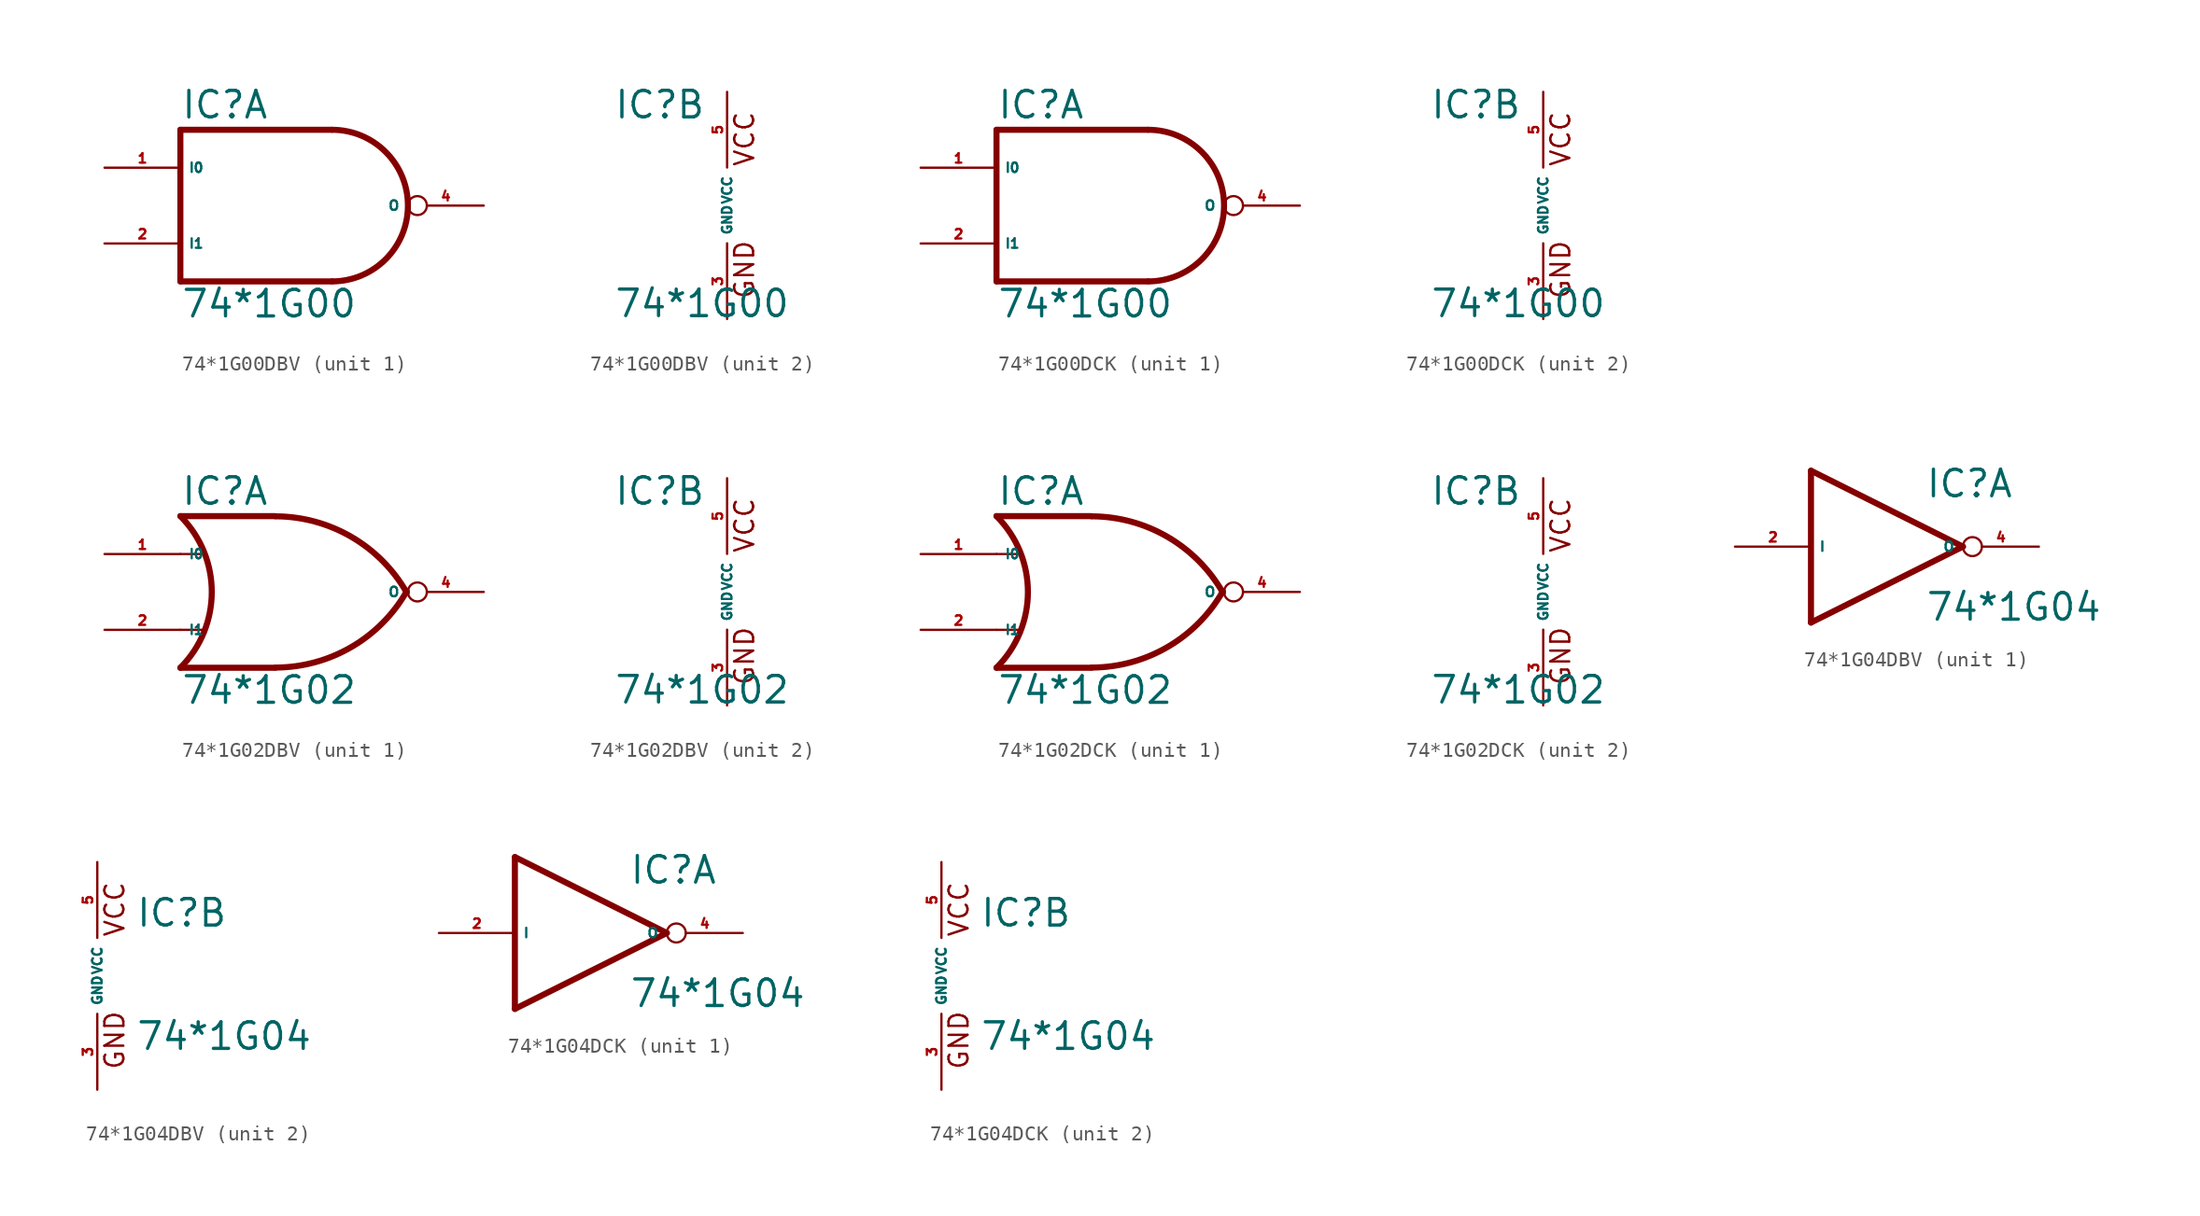
<source format=kicad_sym>
(kicad_symbol_lib
  (version 20220914)
  (generator Eagle2Kicad)
  (symbol "74*1G00DBV"
    (property "Reference" "IC"
      (at -7.62 5.715 0)
      (effects (font (size 1.778 1.778) (thickness 0.22)) (justify left bottom)))
    (property "Value" "74*1G00"
      (at -7.62 -7.62 0)
      (effects (font (size 1.778 1.778) (thickness 0.22)) (justify left bottom)))
    (symbol "74*1G00DBV_1_0"
      (polyline (pts (xy -7.62 5.08) (xy -7.62 -5.08)) (stroke (width 0.406) (type default)) (fill (type none)))
      (polyline (pts (xy -7.62 -5.08) (xy 2.54 -5.08)) (stroke (width 0.406) (type default)) (fill (type none)))
      (polyline (pts (xy 2.54 5.08) (xy -7.62 5.08)) (stroke (width 0.406) (type default)) (fill (type none)))
      (arc (start 2.54 -5.08) (mid 7.620 0.000) (end 2.54 5.08) (stroke (width 0.4064) (type default)) (fill (type none)))
      (pin input line (at -12.7 2.54 0) (length 5.08) (name "I0" (effects (font (size 0.635 0.635) (thickness 0.08)) (justify left bottom))) (number "1" (effects (font (size 0.635 0.635) (thickness 0.08)) (justify left bottom))))
      (pin input line (at -12.7 -2.54 0) (length 5.08) (name "I1" (effects (font (size 0.635 0.635) (thickness 0.08)) (justify left bottom))) (number "2" (effects (font (size 0.635 0.635) (thickness 0.08)) (justify left bottom))))
      (pin output inverted (at 12.7 0 180) (length 5.08) (name "O" (effects (font (size 0.635 0.635) (thickness 0.08)) (justify left bottom))) (number "4" (effects (font (size 0.635 0.635) (thickness 0.08)) (justify left bottom)))))
    (symbol "74*1G00DBV_2_0"
      (text "GND" (at 1.905 -6.35 900) (effects (font (size 1.27 1.27) (thickness 0.16)) (justify left bottom)))
      (text "VCC" (at 1.905 2.54 900) (effects (font (size 1.27 1.27) (thickness 0.16)) (justify left bottom)))
      (pin unspecified line (at 0 -7.62 90) (length 5.08) (name "GND" (effects (font (size 0.635 0.635) (thickness 0.08)) (justify left bottom))) (number "3" (effects (font (size 0.635 0.635) (thickness 0.08)) (justify left bottom))))
      (pin unspecified line (at 0 7.62 270) (length 5.08) (name "VCC" (effects (font (size 0.635 0.635) (thickness 0.08)) (justify left bottom))) (number "5" (effects (font (size 0.635 0.635) (thickness 0.08)) (justify left bottom))))))
  (symbol "74*1G00DCK"
    (property "Reference" "IC"
      (at -7.62 5.715 0)
      (effects (font (size 1.778 1.778) (thickness 0.22)) (justify left bottom)))
    (property "Value" "74*1G00"
      (at -7.62 -7.62 0)
      (effects (font (size 1.778 1.778) (thickness 0.22)) (justify left bottom)))
    (symbol "74*1G00DCK_1_0"
      (polyline (pts (xy -7.62 5.08) (xy -7.62 -5.08)) (stroke (width 0.406) (type default)) (fill (type none)))
      (polyline (pts (xy -7.62 -5.08) (xy 2.54 -5.08)) (stroke (width 0.406) (type default)) (fill (type none)))
      (polyline (pts (xy 2.54 5.08) (xy -7.62 5.08)) (stroke (width 0.406) (type default)) (fill (type none)))
      (arc (start 2.54 -5.08) (mid 7.620 0.000) (end 2.54 5.08) (stroke (width 0.4064) (type default)) (fill (type none)))
      (pin input line (at -12.7 2.54 0) (length 5.08) (name "I0" (effects (font (size 0.635 0.635) (thickness 0.08)) (justify left bottom))) (number "1" (effects (font (size 0.635 0.635) (thickness 0.08)) (justify left bottom))))
      (pin input line (at -12.7 -2.54 0) (length 5.08) (name "I1" (effects (font (size 0.635 0.635) (thickness 0.08)) (justify left bottom))) (number "2" (effects (font (size 0.635 0.635) (thickness 0.08)) (justify left bottom))))
      (pin output inverted (at 12.7 0 180) (length 5.08) (name "O" (effects (font (size 0.635 0.635) (thickness 0.08)) (justify left bottom))) (number "4" (effects (font (size 0.635 0.635) (thickness 0.08)) (justify left bottom)))))
    (symbol "74*1G00DCK_2_0"
      (text "GND" (at 1.905 -6.35 900) (effects (font (size 1.27 1.27) (thickness 0.16)) (justify left bottom)))
      (text "VCC" (at 1.905 2.54 900) (effects (font (size 1.27 1.27) (thickness 0.16)) (justify left bottom)))
      (pin unspecified line (at 0 -7.62 90) (length 5.08) (name "GND" (effects (font (size 0.635 0.635) (thickness 0.08)) (justify left bottom))) (number "3" (effects (font (size 0.635 0.635) (thickness 0.08)) (justify left bottom))))
      (pin unspecified line (at 0 7.62 270) (length 5.08) (name "VCC" (effects (font (size 0.635 0.635) (thickness 0.08)) (justify left bottom))) (number "5" (effects (font (size 0.635 0.635) (thickness 0.08)) (justify left bottom))))))
  (symbol "74*1G02DBV"
    (property "Reference" "IC"
      (at -7.62 5.715 0)
      (effects (font (size 1.778 1.778) (thickness 0.22)) (justify left bottom)))
    (property "Value" "74*1G02"
      (at -7.62 -7.62 0)
      (effects (font (size 1.778 1.778) (thickness 0.22)) (justify left bottom)))
    (symbol "74*1G02DBV_1_0"
      (polyline (pts (xy -1.27 5.08) (xy -7.62 5.08)) (stroke (width 0.406) (type default)) (fill (type none)))
      (polyline (pts (xy -1.27 -5.08) (xy -7.62 -5.08)) (stroke (width 0.406) (type default)) (fill (type none)))
      (polyline (pts (xy -7.62 2.54) (xy -6.096 2.54)) (stroke (width 0.152) (type default)) (fill (type none)))
      (polyline (pts (xy -7.62 -2.54) (xy -6.096 -2.54)) (stroke (width 0.152) (type default)) (fill (type none)))
      (arc (start -1.2446 -5.0678) (mid 3.837 -3.689) (end 7.5439 0.0507) (stroke (width 0.4064) (type default)) (fill (type none)))
      (arc (start 7.5442 -0.0505) (mid 3.837 3.689) (end -1.2446 5.0678) (stroke (width 0.4064) (type default)) (fill (type none)))
      (arc (start -7.62 -5.08) (mid -5.516 0.000) (end -7.62 5.08) (stroke (width 0.4064) (type default)) (fill (type none)))
      (pin output inverted (at 12.7 0 180) (length 5.08) (name "O" (effects (font (size 0.635 0.635) (thickness 0.08)) (justify left bottom))) (number "4" (effects (font (size 0.635 0.635) (thickness 0.08)) (justify left bottom))))
      (pin input line (at -12.7 2.54 0) (length 5.08) (name "I0" (effects (font (size 0.635 0.635) (thickness 0.08)) (justify left bottom))) (number "1" (effects (font (size 0.635 0.635) (thickness 0.08)) (justify left bottom))))
      (pin input line (at -12.7 -2.54 0) (length 5.08) (name "I1" (effects (font (size 0.635 0.635) (thickness 0.08)) (justify left bottom))) (number "2" (effects (font (size 0.635 0.635) (thickness 0.08)) (justify left bottom)))))
    (symbol "74*1G02DBV_2_0"
      (text "GND" (at 1.905 -6.35 900) (effects (font (size 1.27 1.27) (thickness 0.16)) (justify left bottom)))
      (text "VCC" (at 1.905 2.54 900) (effects (font (size 1.27 1.27) (thickness 0.16)) (justify left bottom)))
      (pin unspecified line (at 0 -7.62 90) (length 5.08) (name "GND" (effects (font (size 0.635 0.635) (thickness 0.08)) (justify left bottom))) (number "3" (effects (font (size 0.635 0.635) (thickness 0.08)) (justify left bottom))))
      (pin unspecified line (at 0 7.62 270) (length 5.08) (name "VCC" (effects (font (size 0.635 0.635) (thickness 0.08)) (justify left bottom))) (number "5" (effects (font (size 0.635 0.635) (thickness 0.08)) (justify left bottom))))))
  (symbol "74*1G02DCK"
    (property "Reference" "IC"
      (at -7.62 5.715 0)
      (effects (font (size 1.778 1.778) (thickness 0.22)) (justify left bottom)))
    (property "Value" "74*1G02"
      (at -7.62 -7.62 0)
      (effects (font (size 1.778 1.778) (thickness 0.22)) (justify left bottom)))
    (symbol "74*1G02DCK_1_0"
      (polyline (pts (xy -1.27 5.08) (xy -7.62 5.08)) (stroke (width 0.406) (type default)) (fill (type none)))
      (polyline (pts (xy -1.27 -5.08) (xy -7.62 -5.08)) (stroke (width 0.406) (type default)) (fill (type none)))
      (polyline (pts (xy -7.62 2.54) (xy -6.096 2.54)) (stroke (width 0.152) (type default)) (fill (type none)))
      (polyline (pts (xy -7.62 -2.54) (xy -6.096 -2.54)) (stroke (width 0.152) (type default)) (fill (type none)))
      (arc (start -1.2446 -5.0678) (mid 3.837 -3.689) (end 7.5439 0.0507) (stroke (width 0.4064) (type default)) (fill (type none)))
      (arc (start 7.5442 -0.0505) (mid 3.837 3.689) (end -1.2446 5.0678) (stroke (width 0.4064) (type default)) (fill (type none)))
      (arc (start -7.62 -5.08) (mid -5.516 0.000) (end -7.62 5.08) (stroke (width 0.4064) (type default)) (fill (type none)))
      (pin output inverted (at 12.7 0 180) (length 5.08) (name "O" (effects (font (size 0.635 0.635) (thickness 0.08)) (justify left bottom))) (number "4" (effects (font (size 0.635 0.635) (thickness 0.08)) (justify left bottom))))
      (pin input line (at -12.7 2.54 0) (length 5.08) (name "I0" (effects (font (size 0.635 0.635) (thickness 0.08)) (justify left bottom))) (number "1" (effects (font (size 0.635 0.635) (thickness 0.08)) (justify left bottom))))
      (pin input line (at -12.7 -2.54 0) (length 5.08) (name "I1" (effects (font (size 0.635 0.635) (thickness 0.08)) (justify left bottom))) (number "2" (effects (font (size 0.635 0.635) (thickness 0.08)) (justify left bottom)))))
    (symbol "74*1G02DCK_2_0"
      (text "GND" (at 1.905 -6.35 900) (effects (font (size 1.27 1.27) (thickness 0.16)) (justify left bottom)))
      (text "VCC" (at 1.905 2.54 900) (effects (font (size 1.27 1.27) (thickness 0.16)) (justify left bottom)))
      (pin unspecified line (at 0 -7.62 90) (length 5.08) (name "GND" (effects (font (size 0.635 0.635) (thickness 0.08)) (justify left bottom))) (number "3" (effects (font (size 0.635 0.635) (thickness 0.08)) (justify left bottom))))
      (pin unspecified line (at 0 7.62 270) (length 5.08) (name "VCC" (effects (font (size 0.635 0.635) (thickness 0.08)) (justify left bottom))) (number "5" (effects (font (size 0.635 0.635) (thickness 0.08)) (justify left bottom))))))
  (symbol "74*1G04DBV"
    (property "Reference" "IC"
      (at 2.54 3.175 0)
      (effects (font (size 1.778 1.778) (thickness 0.22)) (justify left bottom)))
    (property "Value" "74*1G04"
      (at 2.54 -5.08 0)
      (effects (font (size 1.778 1.778) (thickness 0.22)) (justify left bottom)))
    (symbol "74*1G04DBV_1_0"
      (polyline (pts (xy -5.08 5.08) (xy 5.08 0)) (stroke (width 0.406) (type default)) (fill (type none)))
      (polyline (pts (xy 5.08 0) (xy -5.08 -5.08)) (stroke (width 0.406) (type default)) (fill (type none)))
      (polyline (pts (xy -5.08 -5.08) (xy -5.08 5.08)) (stroke (width 0.406) (type default)) (fill (type none)))
      (pin input line (at -10.16 0 0) (length 5.08) (name "I" (effects (font (size 0.635 0.635) (thickness 0.08)) (justify left bottom))) (number "2" (effects (font (size 0.635 0.635) (thickness 0.08)) (justify left bottom))))
      (pin output inverted (at 10.16 0 180) (length 5.08) (name "O" (effects (font (size 0.635 0.635) (thickness 0.08)) (justify left bottom))) (number "4" (effects (font (size 0.635 0.635) (thickness 0.08)) (justify left bottom)))))
    (symbol "74*1G04DBV_2_0"
      (text "GND" (at 1.905 -6.35 900) (effects (font (size 1.27 1.27) (thickness 0.16)) (justify left bottom)))
      (text "VCC" (at 1.905 2.54 900) (effects (font (size 1.27 1.27) (thickness 0.16)) (justify left bottom)))
      (pin unspecified line (at 0 -7.62 90) (length 5.08) (name "GND" (effects (font (size 0.635 0.635) (thickness 0.08)) (justify left bottom))) (number "3" (effects (font (size 0.635 0.635) (thickness 0.08)) (justify left bottom))))
      (pin unspecified line (at 0 7.62 270) (length 5.08) (name "VCC" (effects (font (size 0.635 0.635) (thickness 0.08)) (justify left bottom))) (number "5" (effects (font (size 0.635 0.635) (thickness 0.08)) (justify left bottom))))))
  (symbol "74*1G04DCK"
    (property "Reference" "IC"
      (at 2.54 3.175 0)
      (effects (font (size 1.778 1.778) (thickness 0.22)) (justify left bottom)))
    (property "Value" "74*1G04"
      (at 2.54 -5.08 0)
      (effects (font (size 1.778 1.778) (thickness 0.22)) (justify left bottom)))
    (symbol "74*1G04DCK_1_0"
      (polyline (pts (xy -5.08 5.08) (xy 5.08 0)) (stroke (width 0.406) (type default)) (fill (type none)))
      (polyline (pts (xy 5.08 0) (xy -5.08 -5.08)) (stroke (width 0.406) (type default)) (fill (type none)))
      (polyline (pts (xy -5.08 -5.08) (xy -5.08 5.08)) (stroke (width 0.406) (type default)) (fill (type none)))
      (pin input line (at -10.16 0 0) (length 5.08) (name "I" (effects (font (size 0.635 0.635) (thickness 0.08)) (justify left bottom))) (number "2" (effects (font (size 0.635 0.635) (thickness 0.08)) (justify left bottom))))
      (pin output inverted (at 10.16 0 180) (length 5.08) (name "O" (effects (font (size 0.635 0.635) (thickness 0.08)) (justify left bottom))) (number "4" (effects (font (size 0.635 0.635) (thickness 0.08)) (justify left bottom)))))
    (symbol "74*1G04DCK_2_0"
      (text "GND" (at 1.905 -6.35 900) (effects (font (size 1.27 1.27) (thickness 0.16)) (justify left bottom)))
      (text "VCC" (at 1.905 2.54 900) (effects (font (size 1.27 1.27) (thickness 0.16)) (justify left bottom)))
      (pin unspecified line (at 0 -7.62 90) (length 5.08) (name "GND" (effects (font (size 0.635 0.635) (thickness 0.08)) (justify left bottom))) (number "3" (effects (font (size 0.635 0.635) (thickness 0.08)) (justify left bottom))))
      (pin unspecified line (at 0 7.62 270) (length 5.08) (name "VCC" (effects (font (size 0.635 0.635) (thickness 0.08)) (justify left bottom))) (number "5" (effects (font (size 0.635 0.635) (thickness 0.08)) (justify left bottom)))))))
</source>
